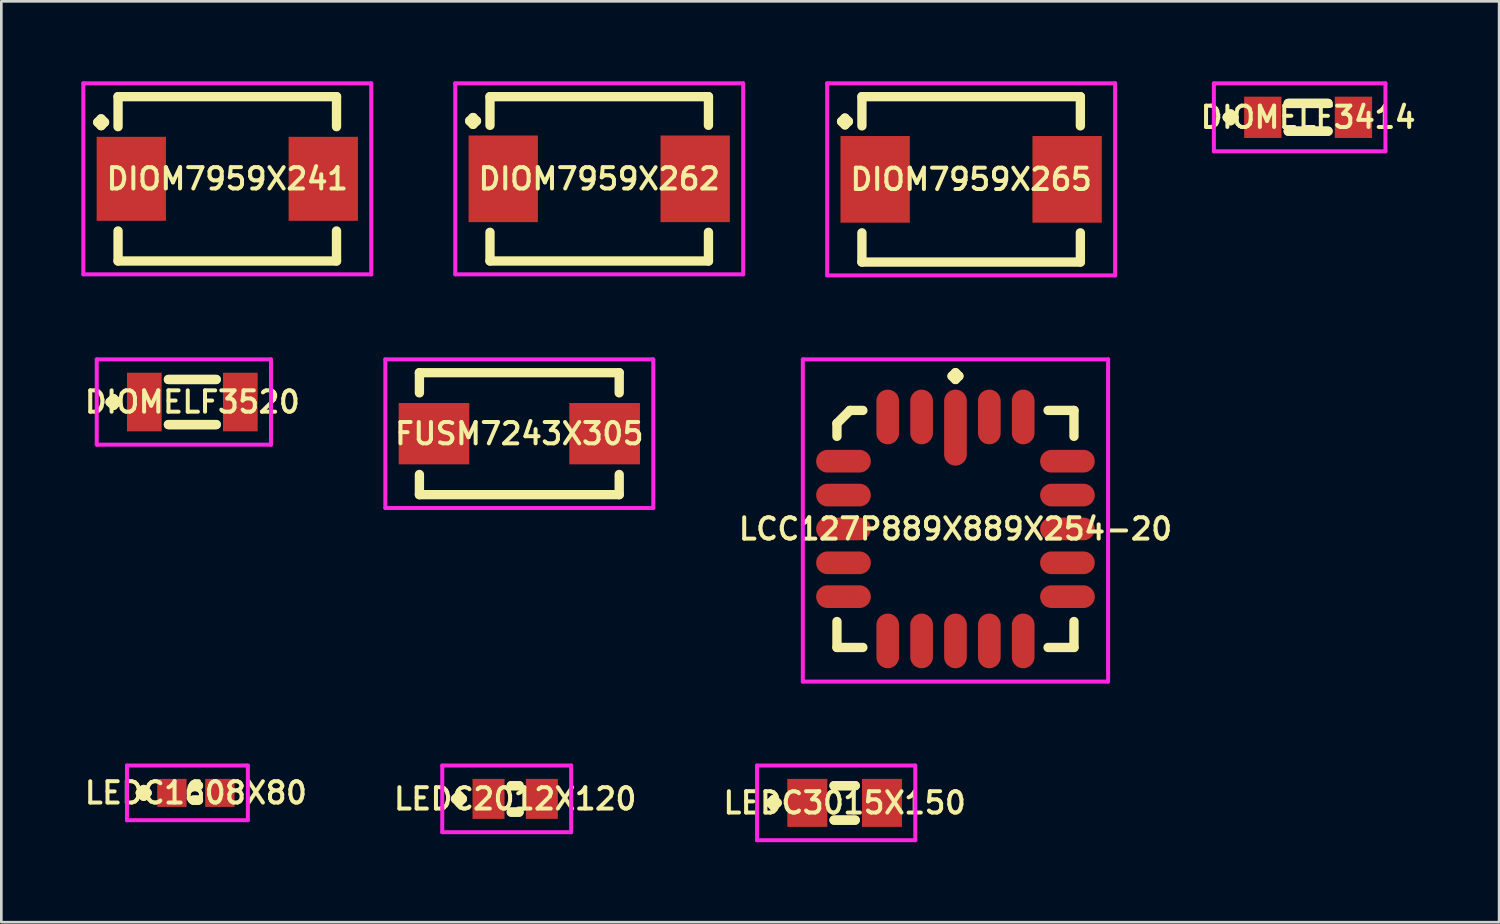
<source format=kicad_pcb>
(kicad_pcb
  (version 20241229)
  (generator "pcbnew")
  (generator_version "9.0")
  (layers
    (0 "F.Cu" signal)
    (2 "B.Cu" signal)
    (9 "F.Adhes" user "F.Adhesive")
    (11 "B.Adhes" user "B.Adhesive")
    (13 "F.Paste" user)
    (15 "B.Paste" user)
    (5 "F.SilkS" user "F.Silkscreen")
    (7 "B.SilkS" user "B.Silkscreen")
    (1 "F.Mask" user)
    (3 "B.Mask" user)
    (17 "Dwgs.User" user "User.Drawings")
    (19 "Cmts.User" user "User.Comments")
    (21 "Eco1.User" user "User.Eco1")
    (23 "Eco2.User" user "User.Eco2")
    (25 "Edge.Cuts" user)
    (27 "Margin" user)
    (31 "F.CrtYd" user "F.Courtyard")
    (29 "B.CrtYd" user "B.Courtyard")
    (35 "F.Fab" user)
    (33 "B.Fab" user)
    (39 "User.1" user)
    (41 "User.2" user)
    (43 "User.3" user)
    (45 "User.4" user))
  (footprint "LCC127P889X889X254-20"
    (layer "F.Cu")
    (at 32.787 16.789)
    (property "Reference" "LCC127P889X889X254-20" (at 0 0 0) (layer "F.SilkS") (effects (font (size 0.8 0.8) (thickness 0.15))))
    (attr smd)
    (fp_line (start -4.445 -3.959) (end -3.959 -4.445) (stroke (width 0.35) (type solid)) (layer "F.SilkS"))
    (fp_line (start -4.445 -3.473) (end -4.445 -3.959) (stroke (width 0.35) (type solid)) (layer "F.SilkS"))
    (fp_line (start -4.445 3.473) (end -4.445 4.445) (stroke (width 0.35) (type solid)) (layer "F.SilkS"))
    (fp_line (start -4.445 4.445) (end -3.473 4.445) (stroke (width 0.35) (type solid)) (layer "F.SilkS"))
    (fp_line (start -3.959 -4.445) (end -3.473 -4.445) (stroke (width 0.35) (type solid)) (layer "F.SilkS"))
    (fp_line (start -0.127 -5.733) (end 0 -5.86) (stroke (width 0.35) (type solid)) (layer "F.SilkS"))
    (fp_line (start 0 -5.86) (end 0.127 -5.733) (stroke (width 0.35) (type solid)) (layer "F.SilkS"))
    (fp_line (start 0 -5.606) (end -0.127 -5.733) (stroke (width 0.35) (type solid)) (layer "F.SilkS"))
    (fp_line (start 0.127 -5.733) (end 0 -5.606) (stroke (width 0.35) (type solid)) (layer "F.SilkS"))
    (fp_line (start 4.445 -4.445) (end 3.473 -4.445) (stroke (width 0.35) (type solid)) (layer "F.SilkS"))
    (fp_line (start 4.445 -3.473) (end 4.445 -4.445) (stroke (width 0.35) (type solid)) (layer "F.SilkS"))
    (fp_line (start 4.445 3.473) (end 4.445 4.445) (stroke (width 0.35) (type solid)) (layer "F.SilkS"))
    (fp_line (start 4.445 4.445) (end 3.473 4.445) (stroke (width 0.35) (type solid)) (layer "F.SilkS"))
    (fp_line (start -5.725 -6.36) (end 5.725 -6.36) (stroke (width 0.15) (type solid)) (layer "F.CrtYd"))
    (fp_line (start -5.725 5.725) (end -5.725 -6.36) (stroke (width 0.15) (type solid)) (layer "F.CrtYd"))
    (fp_line (start 5.725 -6.36) (end 5.725 5.725) (stroke (width 0.15) (type solid)) (layer "F.CrtYd"))
    (fp_line (start 5.725 5.725) (end -5.725 5.725) (stroke (width 0.15) (type solid)) (layer "F.CrtYd"))
    (pad "1" smd oval (at 0 -3.8) (size 0.85 2.85) (layers "F.Cu" "F.Mask" "F.Paste"))
    (pad "2" smd oval (at -1.27 -4.2) (size 0.85 2.05) (layers "F.Cu" "F.Mask" "F.Paste"))
    (pad "3" smd oval (at -2.54 -4.2) (size 0.85 2.05) (layers "F.Cu" "F.Mask" "F.Paste"))
    (pad "4" smd oval (at -4.2 -2.54) (size 2.05 0.85) (layers "F.Cu" "F.Mask" "F.Paste"))
    (pad "5" smd oval (at -4.2 -1.27) (size 2.05 0.85) (layers "F.Cu" "F.Mask" "F.Paste"))
    (pad "6" smd oval (at -4.2 0) (size 2.05 0.85) (layers "F.Cu" "F.Mask" "F.Paste"))
    (pad "7" smd oval (at -4.2 1.27) (size 2.05 0.85) (layers "F.Cu" "F.Mask" "F.Paste"))
    (pad "8" smd oval (at -4.2 2.54) (size 2.05 0.85) (layers "F.Cu" "F.Mask" "F.Paste"))
    (pad "9" smd oval (at -2.54 4.2) (size 0.85 2.05) (layers "F.Cu" "F.Mask" "F.Paste"))
    (pad "10" smd oval (at -1.27 4.2) (size 0.85 2.05) (layers "F.Cu" "F.Mask" "F.Paste"))
    (pad "11" smd oval (at 0 4.2) (size 0.85 2.05) (layers "F.Cu" "F.Mask" "F.Paste"))
    (pad "12" smd oval (at 1.27 4.2) (size 0.85 2.05) (layers "F.Cu" "F.Mask" "F.Paste"))
    (pad "13" smd oval (at 2.54 4.2) (size 0.85 2.05) (layers "F.Cu" "F.Mask" "F.Paste"))
    (pad "14" smd oval (at 4.2 2.54) (size 2.05 0.85) (layers "F.Cu" "F.Mask" "F.Paste"))
    (pad "15" smd oval (at 4.2 1.27) (size 2.05 0.85) (layers "F.Cu" "F.Mask" "F.Paste"))
    (pad "16" smd oval (at 4.2 0) (size 2.05 0.85) (layers "F.Cu" "F.Mask" "F.Paste"))
    (pad "17" smd oval (at 4.2 -1.27) (size 2.05 0.85) (layers "F.Cu" "F.Mask" "F.Paste"))
    (pad "18" smd oval (at 4.2 -2.54) (size 2.05 0.85) (layers "F.Cu" "F.Mask" "F.Paste"))
    (pad "19" smd oval (at 2.54 -4.2) (size 0.85 2.05) (layers "F.Cu" "F.Mask" "F.Paste"))
    (pad "20" smd oval (at 1.27 -4.2) (size 0.85 2.05) (layers "F.Cu" "F.Mask" "F.Paste")))
  (footprint "LEDC3015X150"
    (layer "F.Cu")
    (at 28.63 27.064)
    (property "Reference" "LEDC3015X150" (at 0 0 0) (layer "F.SilkS") (effects (font (size 0.8 0.8) (thickness 0.15))))
    (attr smd)
    (fp_line (start -2.785 0) (end -2.658 -0.127) (stroke (width 0.35) (type solid)) (layer "F.SilkS"))
    (fp_line (start -2.658 -0.127) (end -2.531 0) (stroke (width 0.35) (type solid)) (layer "F.SilkS"))
    (fp_line (start -2.658 0.127) (end -2.785 0) (stroke (width 0.35) (type solid)) (layer "F.SilkS"))
    (fp_line (start -2.531 0) (end -2.658 0.127) (stroke (width 0.35) (type solid)) (layer "F.SilkS"))
    (fp_line (start -0.396 -0.646) (end 0.396 -0.646) (stroke (width 0.35) (type solid)) (layer "F.SilkS"))
    (fp_line (start -0.396 0.646) (end 0.396 0.646) (stroke (width 0.35) (type solid)) (layer "F.SilkS"))
    (fp_line (start 0.396 -0.646) (end -0.396 -0.646) (stroke (width 0.35) (type solid)) (layer "F.SilkS"))
    (fp_line (start 0.396 0.646) (end -0.396 0.646) (stroke (width 0.35) (type solid)) (layer "F.SilkS"))
    (fp_line (start -3.285 -1.4) (end 2.65 -1.4) (stroke (width 0.15) (type solid)) (layer "F.CrtYd"))
    (fp_line (start -3.285 1.4) (end -3.285 -1.4) (stroke (width 0.15) (type solid)) (layer "F.CrtYd"))
    (fp_line (start 2.65 -1.4) (end 2.65 1.4) (stroke (width 0.15) (type solid)) (layer "F.CrtYd"))
    (fp_line (start 2.65 1.4) (end -3.285 1.4) (stroke (width 0.15) (type solid)) (layer "F.CrtYd"))
    (pad "1" smd rect (at -1.4 0) (size 1.5 1.8) (layers "F.Cu" "F.Mask" "F.Paste"))
    (pad "2" smd rect (at 1.4 0) (size 1.5 1.8) (layers "F.Cu" "F.Mask" "F.Paste")))
  (footprint "DIOM7959X262"
    (layer "F.Cu")
    (at 19.425 3.657)
    (property "Reference" "DIOM7959X262" (at 0 0 0) (layer "F.SilkS") (effects (font (size 0.8 0.8) (thickness 0.15))))
    (attr smd)
    (fp_line (start -4.859 -2.171) (end -4.732 -2.298) (stroke (width 0.35) (type solid)) (layer "F.SilkS"))
    (fp_line (start -4.732 -2.298) (end -4.605 -2.171) (stroke (width 0.35) (type solid)) (layer "F.SilkS"))
    (fp_line (start -4.732 -2.044) (end -4.859 -2.171) (stroke (width 0.35) (type solid)) (layer "F.SilkS"))
    (fp_line (start -4.605 -2.171) (end -4.732 -2.044) (stroke (width 0.35) (type solid)) (layer "F.SilkS"))
    (fp_line (start -4.097 -3.082) (end 4.097 -3.082) (stroke (width 0.35) (type solid)) (layer "F.SilkS"))
    (fp_line (start -4.097 -2.006) (end -4.097 -3.082) (stroke (width 0.35) (type solid)) (layer "F.SilkS"))
    (fp_line (start -4.097 2.006) (end -4.097 3.082) (stroke (width 0.35) (type solid)) (layer "F.SilkS"))
    (fp_line (start -4.097 3.082) (end 4.097 3.082) (stroke (width 0.35) (type solid)) (layer "F.SilkS"))
    (fp_line (start 4.097 -3.082) (end 4.097 -2.006) (stroke (width 0.35) (type solid)) (layer "F.SilkS"))
    (fp_line (start 4.097 3.082) (end 4.097 2.006) (stroke (width 0.35) (type solid)) (layer "F.SilkS"))
    (fp_line (start -5.4 -3.582) (end 5.4 -3.582) (stroke (width 0.15) (type solid)) (layer "F.CrtYd"))
    (fp_line (start -5.4 3.582) (end -5.4 -3.582) (stroke (width 0.15) (type solid)) (layer "F.CrtYd"))
    (fp_line (start 5.4 -3.582) (end 5.4 3.582) (stroke (width 0.15) (type solid)) (layer "F.CrtYd"))
    (fp_line (start 5.4 3.582) (end -5.4 3.582) (stroke (width 0.15) (type solid)) (layer "F.CrtYd"))
    (pad "1" smd rect (at -3.6 0) (size 2.6 3.25) (layers "F.Cu" "F.Mask" "F.Paste"))
    (pad "2" smd rect (at 3.6 0) (size 2.6 3.25) (layers "F.Cu" "F.Mask" "F.Paste")))
  (footprint "LEDC1608X80"
    (layer "F.Cu")
    (at 4.297 26.689)
    (property "Reference" "LEDC1608X80" (at 0 0 0) (layer "F.SilkS") (effects (font (size 0.8 0.8) (thickness 0.15))))
    (attr smd)
    (fp_line (start -2.085 0) (end -1.958 -0.127) (stroke (width 0.35) (type solid)) (layer "F.SilkS"))
    (fp_line (start -1.958 -0.127) (end -1.831 0) (stroke (width 0.35) (type solid)) (layer "F.SilkS"))
    (fp_line (start -1.958 0.127) (end -2.085 0) (stroke (width 0.35) (type solid)) (layer "F.SilkS"))
    (fp_line (start -1.831 0) (end -1.958 0.127) (stroke (width 0.35) (type solid)) (layer "F.SilkS"))
    (fp_line (start -0.096 -0.271) (end 0.096 -0.271) (stroke (width 0.35) (type solid)) (layer "F.SilkS"))
    (fp_line (start -0.096 0.271) (end 0.096 0.271) (stroke (width 0.35) (type solid)) (layer "F.SilkS"))
    (fp_line (start 0.096 -0.271) (end -0.096 -0.271) (stroke (width 0.35) (type solid)) (layer "F.SilkS"))
    (fp_line (start 0.096 0.271) (end -0.096 0.271) (stroke (width 0.35) (type solid)) (layer "F.SilkS"))
    (fp_line (start -2.585 -1.025) (end 1.95 -1.025) (stroke (width 0.15) (type solid)) (layer "F.CrtYd"))
    (fp_line (start -2.585 1.025) (end -2.585 -1.025) (stroke (width 0.15) (type solid)) (layer "F.CrtYd"))
    (fp_line (start 1.95 -1.025) (end 1.95 1.025) (stroke (width 0.15) (type solid)) (layer "F.CrtYd"))
    (fp_line (start 1.95 1.025) (end -2.585 1.025) (stroke (width 0.15) (type solid)) (layer "F.CrtYd"))
    (pad "1" smd rect (at -0.9 0) (size 1.1 1.05) (layers "F.Cu" "F.Mask" "F.Paste"))
    (pad "2" smd rect (at 0.9 0) (size 1.1 1.05) (layers "F.Cu" "F.Mask" "F.Paste")))
  (footprint "FUSM7243X305"
    (layer "F.Cu")
    (at 16.428 13.216)
    (property "Reference" "FUSM7243X305" (at 0 0 0) (layer "F.SilkS") (effects (font (size 0.8 0.8) (thickness 0.15))))
    (attr smd)
    (fp_line (start -3.747 -2.287) (end 3.747 -2.287) (stroke (width 0.35) (type solid)) (layer "F.SilkS"))
    (fp_line (start -3.747 -1.531) (end -3.747 -2.287) (stroke (width 0.35) (type solid)) (layer "F.SilkS"))
    (fp_line (start -3.747 1.531) (end -3.747 2.287) (stroke (width 0.35) (type solid)) (layer "F.SilkS"))
    (fp_line (start -3.747 2.287) (end 3.747 2.287) (stroke (width 0.35) (type solid)) (layer "F.SilkS"))
    (fp_line (start 3.747 -2.287) (end 3.747 -1.531) (stroke (width 0.35) (type solid)) (layer "F.SilkS"))
    (fp_line (start 3.747 2.287) (end 3.747 1.531) (stroke (width 0.35) (type solid)) (layer "F.SilkS"))
    (fp_line (start -5.025 -2.787) (end 5.025 -2.787) (stroke (width 0.15) (type solid)) (layer "F.CrtYd"))
    (fp_line (start -5.025 2.787) (end -5.025 -2.787) (stroke (width 0.15) (type solid)) (layer "F.CrtYd"))
    (fp_line (start 5.025 -2.787) (end 5.025 2.787) (stroke (width 0.15) (type solid)) (layer "F.CrtYd"))
    (fp_line (start 5.025 2.787) (end -5.025 2.787) (stroke (width 0.15) (type solid)) (layer "F.CrtYd"))
    (pad "1" smd rect (at -3.2 0) (size 2.65 2.3) (layers "F.Cu" "F.Mask" "F.Paste"))
    (pad "2" smd rect (at 3.2 0) (size 2.65 2.3) (layers "F.Cu" "F.Mask" "F.Paste")))
  (footprint "DIOMELF3414"
    (layer "F.Cu")
    (at 46.014 1.35)
    (property "Reference" "DIOMELF3414" (at 0 0 0) (layer "F.SilkS") (effects (font (size 0.8 0.8) (thickness 0.15))))
    (attr smd)
    (fp_line (start -3.035 0) (end -2.908 -0.127) (stroke (width 0.35) (type solid)) (layer "F.SilkS"))
    (fp_line (start -2.908 -0.127) (end -2.781 0) (stroke (width 0.35) (type solid)) (layer "F.SilkS"))
    (fp_line (start -2.908 0.127) (end -3.035 0) (stroke (width 0.35) (type solid)) (layer "F.SilkS"))
    (fp_line (start -2.781 0) (end -2.908 0.127) (stroke (width 0.35) (type solid)) (layer "F.SilkS"))
    (fp_line (start -0.746 -0.521) (end 0.746 -0.521) (stroke (width 0.35) (type solid)) (layer "F.SilkS"))
    (fp_line (start -0.746 0.521) (end 0.746 0.521) (stroke (width 0.35) (type solid)) (layer "F.SilkS"))
    (fp_line (start 0.746 -0.521) (end -0.746 -0.521) (stroke (width 0.35) (type solid)) (layer "F.SilkS"))
    (fp_line (start 0.746 0.521) (end -0.746 0.521) (stroke (width 0.35) (type solid)) (layer "F.SilkS"))
    (fp_line (start -3.535 -1.275) (end 2.9 -1.275) (stroke (width 0.15) (type solid)) (layer "F.CrtYd"))
    (fp_line (start -3.535 1.275) (end -3.535 -1.275) (stroke (width 0.15) (type solid)) (layer "F.CrtYd"))
    (fp_line (start 2.9 -1.275) (end 2.9 1.275) (stroke (width 0.15) (type solid)) (layer "F.CrtYd"))
    (fp_line (start 2.9 1.275) (end -3.535 1.275) (stroke (width 0.15) (type solid)) (layer "F.CrtYd"))
    (pad "1" smd rect (at -1.7 0) (size 1.4 1.55) (layers "F.Cu" "F.Mask" "F.Paste"))
    (pad "2" smd rect (at 1.7 0) (size 1.4 1.55) (layers "F.Cu" "F.Mask" "F.Paste")))
  (footprint "DIOM7959X241"
    (layer "F.Cu")
    (at 5.475 3.657)
    (property "Reference" "DIOM7959X241" (at 0 0 0) (layer "F.SilkS") (effects (font (size 0.8 0.8) (thickness 0.15))))
    (attr smd)
    (fp_line (start -4.859 -2.121) (end -4.732 -2.248) (stroke (width 0.35) (type solid)) (layer "F.SilkS"))
    (fp_line (start -4.732 -2.248) (end -4.605 -2.121) (stroke (width 0.35) (type solid)) (layer "F.SilkS"))
    (fp_line (start -4.732 -1.994) (end -4.859 -2.121) (stroke (width 0.35) (type solid)) (layer "F.SilkS"))
    (fp_line (start -4.605 -2.121) (end -4.732 -1.994) (stroke (width 0.35) (type solid)) (layer "F.SilkS"))
    (fp_line (start -4.097 -3.082) (end 4.097 -3.082) (stroke (width 0.35) (type solid)) (layer "F.SilkS"))
    (fp_line (start -4.097 -1.956) (end -4.097 -3.082) (stroke (width 0.35) (type solid)) (layer "F.SilkS"))
    (fp_line (start -4.097 1.956) (end -4.097 3.082) (stroke (width 0.35) (type solid)) (layer "F.SilkS"))
    (fp_line (start -4.097 3.082) (end 4.097 3.082) (stroke (width 0.35) (type solid)) (layer "F.SilkS"))
    (fp_line (start 4.097 -3.082) (end 4.097 -1.956) (stroke (width 0.35) (type solid)) (layer "F.SilkS"))
    (fp_line (start 4.097 3.082) (end 4.097 1.956) (stroke (width 0.35) (type solid)) (layer "F.SilkS"))
    (fp_line (start -5.4 -3.582) (end 5.4 -3.582) (stroke (width 0.15) (type solid)) (layer "F.CrtYd"))
    (fp_line (start -5.4 3.582) (end -5.4 -3.582) (stroke (width 0.15) (type solid)) (layer "F.CrtYd"))
    (fp_line (start 5.4 -3.582) (end 5.4 3.582) (stroke (width 0.15) (type solid)) (layer "F.CrtYd"))
    (fp_line (start 5.4 3.582) (end -5.4 3.582) (stroke (width 0.15) (type solid)) (layer "F.CrtYd"))
    (pad "1" smd rect (at -3.6 0) (size 2.6 3.15) (layers "F.Cu" "F.Mask" "F.Paste"))
    (pad "2" smd rect (at 3.6 0) (size 2.6 3.15) (layers "F.Cu" "F.Mask" "F.Paste")))
  (footprint "DIOM7959X265"
    (layer "F.Cu")
    (at 33.375 3.677)
    (property "Reference" "DIOM7959X265" (at 0 0 0) (layer "F.SilkS") (effects (font (size 0.8 0.8) (thickness 0.15))))
    (attr smd)
    (fp_line (start -4.859 -2.171) (end -4.732 -2.298) (stroke (width 0.35) (type solid)) (layer "F.SilkS"))
    (fp_line (start -4.732 -2.298) (end -4.605 -2.171) (stroke (width 0.35) (type solid)) (layer "F.SilkS"))
    (fp_line (start -4.732 -2.044) (end -4.859 -2.171) (stroke (width 0.35) (type solid)) (layer "F.SilkS"))
    (fp_line (start -4.605 -2.171) (end -4.732 -2.044) (stroke (width 0.35) (type solid)) (layer "F.SilkS"))
    (fp_line (start -4.097 -3.102) (end 4.097 -3.102) (stroke (width 0.35) (type solid)) (layer "F.SilkS"))
    (fp_line (start -4.097 -2.006) (end -4.097 -3.102) (stroke (width 0.35) (type solid)) (layer "F.SilkS"))
    (fp_line (start -4.097 2.006) (end -4.097 3.102) (stroke (width 0.35) (type solid)) (layer "F.SilkS"))
    (fp_line (start -4.097 3.102) (end 4.097 3.102) (stroke (width 0.35) (type solid)) (layer "F.SilkS"))
    (fp_line (start 4.097 -3.102) (end 4.097 -2.006) (stroke (width 0.35) (type solid)) (layer "F.SilkS"))
    (fp_line (start 4.097 3.102) (end 4.097 2.006) (stroke (width 0.35) (type solid)) (layer "F.SilkS"))
    (fp_line (start -5.4 -3.602) (end 5.4 -3.602) (stroke (width 0.15) (type solid)) (layer "F.CrtYd"))
    (fp_line (start -5.4 3.602) (end -5.4 -3.602) (stroke (width 0.15) (type solid)) (layer "F.CrtYd"))
    (fp_line (start 5.4 -3.602) (end 5.4 3.602) (stroke (width 0.15) (type solid)) (layer "F.CrtYd"))
    (fp_line (start 5.4 3.602) (end -5.4 3.602) (stroke (width 0.15) (type solid)) (layer "F.CrtYd"))
    (pad "1" smd rect (at -3.6 0) (size 2.6 3.25) (layers "F.Cu" "F.Mask" "F.Paste"))
    (pad "2" smd rect (at 3.6 0) (size 2.6 3.25) (layers "F.Cu" "F.Mask" "F.Paste")))
  (footprint "DIOMELF3520"
    (layer "F.Cu")
    (at 4.164 12.029)
    (property "Reference" "DIOMELF3520" (at 0 0 0) (layer "F.SilkS") (effects (font (size 0.8 0.8) (thickness 0.15))))
    (attr smd)
    (fp_line (start -3.085 0) (end -2.958 -0.127) (stroke (width 0.35) (type solid)) (layer "F.SilkS"))
    (fp_line (start -2.958 -0.127) (end -2.831 0) (stroke (width 0.35) (type solid)) (layer "F.SilkS"))
    (fp_line (start -2.958 0.127) (end -3.085 0) (stroke (width 0.35) (type solid)) (layer "F.SilkS"))
    (fp_line (start -2.831 0) (end -2.958 0.127) (stroke (width 0.35) (type solid)) (layer "F.SilkS"))
    (fp_line (start -0.896 -0.846) (end 0.896 -0.846) (stroke (width 0.35) (type solid)) (layer "F.SilkS"))
    (fp_line (start -0.896 0.846) (end 0.896 0.846) (stroke (width 0.35) (type solid)) (layer "F.SilkS"))
    (fp_line (start 0.896 -0.846) (end -0.896 -0.846) (stroke (width 0.35) (type solid)) (layer "F.SilkS"))
    (fp_line (start 0.896 0.846) (end -0.896 0.846) (stroke (width 0.35) (type solid)) (layer "F.SilkS"))
    (fp_line (start -3.585 -1.6) (end 2.95 -1.6) (stroke (width 0.15) (type solid)) (layer "F.CrtYd"))
    (fp_line (start -3.585 1.6) (end -3.585 -1.6) (stroke (width 0.15) (type solid)) (layer "F.CrtYd"))
    (fp_line (start 2.95 -1.6) (end 2.95 1.6) (stroke (width 0.15) (type solid)) (layer "F.CrtYd"))
    (fp_line (start 2.95 1.6) (end -3.585 1.6) (stroke (width 0.15) (type solid)) (layer "F.CrtYd"))
    (pad "1" smd rect (at -1.8 0) (size 1.3 2.2) (layers "F.Cu" "F.Mask" "F.Paste"))
    (pad "2" smd rect (at 1.8 0) (size 1.3 2.2) (layers "F.Cu" "F.Mask" "F.Paste")))
  (footprint "LEDC2012X120"
    (layer "F.Cu")
    (at 16.273 26.914)
    (property "Reference" "LEDC2012X120" (at 0 0 0) (layer "F.SilkS") (effects (font (size 0.8 0.8) (thickness 0.15))))
    (attr smd)
    (fp_line (start -2.235 0) (end -2.108 -0.127) (stroke (width 0.35) (type solid)) (layer "F.SilkS"))
    (fp_line (start -2.108 -0.127) (end -1.981 0) (stroke (width 0.35) (type solid)) (layer "F.SilkS"))
    (fp_line (start -2.108 0.127) (end -2.235 0) (stroke (width 0.35) (type solid)) (layer "F.SilkS"))
    (fp_line (start -1.981 0) (end -2.108 0.127) (stroke (width 0.35) (type solid)) (layer "F.SilkS"))
    (fp_line (start -0.146 -0.496) (end 0.146 -0.496) (stroke (width 0.35) (type solid)) (layer "F.SilkS"))
    (fp_line (start -0.146 0.496) (end 0.146 0.496) (stroke (width 0.35) (type solid)) (layer "F.SilkS"))
    (fp_line (start 0.146 -0.496) (end -0.146 -0.496) (stroke (width 0.35) (type solid)) (layer "F.SilkS"))
    (fp_line (start 0.146 0.496) (end -0.146 0.496) (stroke (width 0.35) (type solid)) (layer "F.SilkS"))
    (fp_line (start -2.735 -1.25) (end 2.1 -1.25) (stroke (width 0.15) (type solid)) (layer "F.CrtYd"))
    (fp_line (start -2.735 1.25) (end -2.735 -1.25) (stroke (width 0.15) (type solid)) (layer "F.CrtYd"))
    (fp_line (start 2.1 -1.25) (end 2.1 1.25) (stroke (width 0.15) (type solid)) (layer "F.CrtYd"))
    (fp_line (start 2.1 1.25) (end -2.735 1.25) (stroke (width 0.15) (type solid)) (layer "F.CrtYd"))
    (pad "1" smd rect (at -1 0) (size 1.2 1.5) (layers "F.Cu" "F.Mask" "F.Paste"))
    (pad "2" smd rect (at 1 0) (size 1.2 1.5) (layers "F.Cu" "F.Mask" "F.Paste")))
  (gr_rect
    (start -3 -3)
    (end 53.178 31.539)
    (stroke (width 0.1) (type default))
    (fill no)
    (layer "Edge.Cuts")))
</source>
